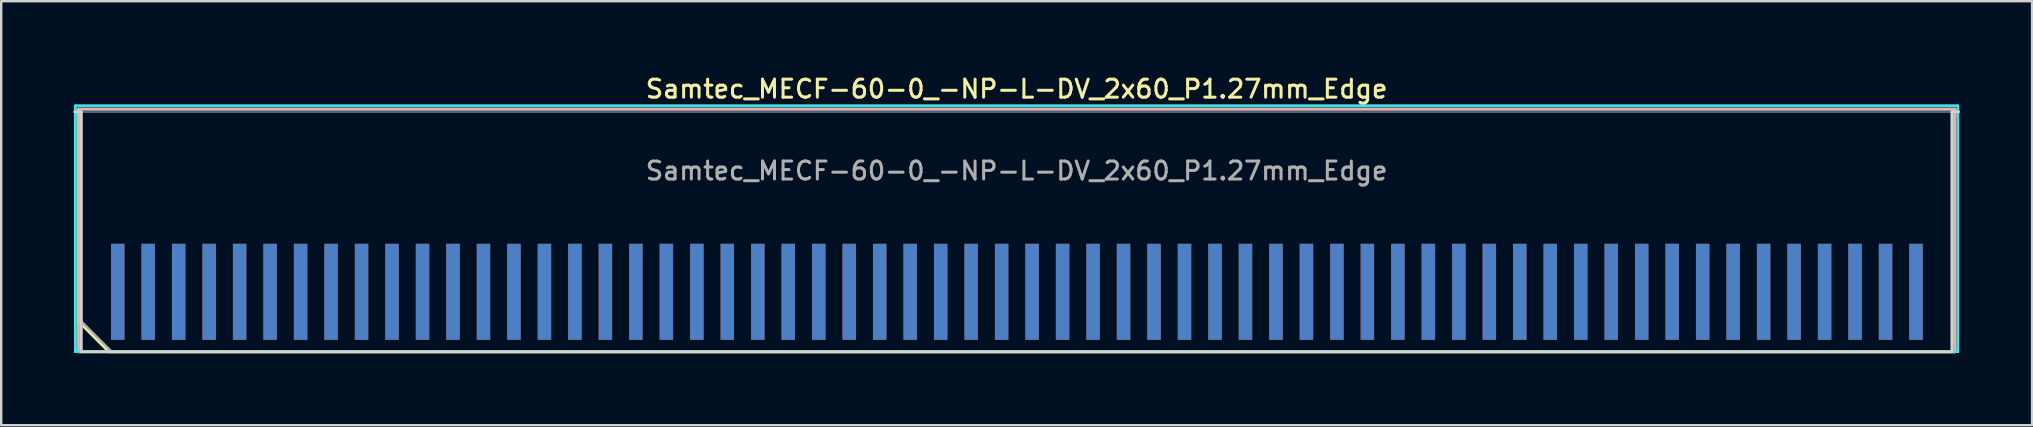
<source format=kicad_pcb>
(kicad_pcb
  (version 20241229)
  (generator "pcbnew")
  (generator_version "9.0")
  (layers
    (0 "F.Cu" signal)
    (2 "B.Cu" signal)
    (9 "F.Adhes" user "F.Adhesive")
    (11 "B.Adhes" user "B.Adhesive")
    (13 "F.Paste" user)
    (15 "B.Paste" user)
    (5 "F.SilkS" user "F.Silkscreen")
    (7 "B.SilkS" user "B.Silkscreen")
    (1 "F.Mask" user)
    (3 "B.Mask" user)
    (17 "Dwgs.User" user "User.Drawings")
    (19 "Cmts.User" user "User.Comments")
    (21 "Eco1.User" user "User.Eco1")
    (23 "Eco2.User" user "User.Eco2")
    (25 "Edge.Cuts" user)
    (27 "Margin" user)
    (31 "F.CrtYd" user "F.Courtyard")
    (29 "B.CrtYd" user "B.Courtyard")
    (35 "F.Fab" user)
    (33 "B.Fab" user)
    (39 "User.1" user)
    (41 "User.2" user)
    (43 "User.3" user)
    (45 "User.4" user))
  (footprint "Samtec_MECF-60-0_-NP-L-DV_2x60_P1.27mm_Edge"
    (layer "F.Cu")
    (at 39.31 6.608)
    (property "Reference" "Samtec_MECF-60-0_-NP-L-DV_2x60_P1.27mm_Edge" (at 0 -5.95 0) (layer "F.SilkS") (effects (font (size 0.75 0.75) (thickness 0.125))))
    (attr exclude_from_pos_files exclude_from_bom)
    (fp_line (start -39.22 -5.25) (end -39.22 5) (stroke (width 0.1) (type solid)) (layer "F.SilkS"))
    (fp_line (start -39.22 5) (end 39.22 5) (stroke (width 0.1) (type solid)) (layer "F.SilkS"))
    (fp_line (start -39.09 -5.11) (end 39.09 -5.11) (stroke (width 0.12) (type solid)) (layer "F.SilkS"))
    (fp_line (start -39.09 3.73) (end -39.09 -5.11) (stroke (width 0.12) (type solid)) (layer "F.SilkS"))
    (fp_line (start -37.82 5) (end -39.09 3.73) (stroke (width 0.12) (type solid)) (layer "F.SilkS"))
    (fp_line (start -37.82 5) (end 39.09 5) (stroke (width 0.12) (type solid)) (layer "F.SilkS"))
    (fp_line (start 39.09 5) (end 39.09 -5.11) (stroke (width 0.12) (type solid)) (layer "F.SilkS"))
    (fp_line (start 39.22 -5.25) (end -39.22 -5.25) (stroke (width 0.1) (type solid)) (layer "F.SilkS"))
    (fp_line (start 39.22 5) (end 39.22 -5.25) (stroke (width 0.1) (type solid)) (layer "F.SilkS"))
    (fp_line (start -39.09 -5.11) (end 39.09 -5.11) (stroke (width 0.12) (type solid)) (layer "B.SilkS"))
    (fp_line (start -39.09 5) (end -39.09 -5.11) (stroke (width 0.12) (type solid)) (layer "B.SilkS"))
    (fp_line (start -39.09 5) (end 39.09 5) (stroke (width 0.12) (type solid)) (layer "B.SilkS"))
    (fp_line (start 39.09 5) (end 39.09 -5.11) (stroke (width 0.12) (type solid)) (layer "B.SilkS"))
    (fp_line (start -39.25 -5) (end -38.975 -5) (stroke (width 0.12) (type solid)) (layer "Edge.Cuts"))
    (fp_line (start -38.975 5) (end -38.975 -5) (stroke (width 0.12) (type solid)) (layer "Edge.Cuts"))
    (fp_line (start -38.975 5) (end 38.975 5) (stroke (width 0.12) (type solid)) (layer "Edge.Cuts"))
    (fp_line (start 38.975 5) (end 38.975 -5) (stroke (width 0.12) (type solid)) (layer "Edge.Cuts"))
    (fp_line (start 39.25 -5) (end 38.975 -5) (stroke (width 0.12) (type solid)) (layer "Edge.Cuts"))
    (fp_line (start -39.22 -5.25) (end -39.22 5) (stroke (width 0.1) (type solid)) (layer "B.CrtYd"))
    (fp_line (start -39.22 5) (end 39.22 5) (stroke (width 0.1) (type solid)) (layer "B.CrtYd"))
    (fp_line (start 39.22 -5.25) (end -39.22 -5.25) (stroke (width 0.1) (type solid)) (layer "B.CrtYd"))
    (fp_line (start 39.22 5) (end 39.22 -5.25) (stroke (width 0.1) (type solid)) (layer "B.CrtYd"))
    (fp_line (start -38.975 -5) (end 38.975 -5) (stroke (width 0.1) (type solid)) (layer "B.Fab"))
    (fp_line (start -38.975 5) (end -38.975 -5) (stroke (width 0.1) (type solid)) (layer "B.Fab"))
    (fp_line (start -38.975 5) (end 38.975 5) (stroke (width 0.1) (type solid)) (layer "B.Fab"))
    (fp_line (start 38.975 5) (end 38.975 -5) (stroke (width 0.1) (type solid)) (layer "B.Fab"))
    (fp_line (start -38.975 -5) (end 38.975 -5) (stroke (width 0.1) (type solid)) (layer "F.Fab"))
    (fp_line (start -38.975 3.73) (end -38.975 -5) (stroke (width 0.1) (type solid)) (layer "F.Fab"))
    (fp_line (start -38.975 3.73) (end -37.705 5) (stroke (width 0.1) (type solid)) (layer "F.Fab"))
    (fp_line (start -37.705 5) (end 38.975 5) (stroke (width 0.1) (type solid)) (layer "F.Fab"))
    (fp_line (start 38.975 5) (end 38.975 -5) (stroke (width 0.1) (type solid)) (layer "F.Fab"))
    (fp_text user "${REFERENCE}" (at 0 -2.54 0) (layer "F.Fab") (effects (font (size 0.75 0.75) (thickness 0.125))))
    (pad "1" connect rect (at -37.455 2.5) (size 0.56 4) (layers "F.Cu" "F.Mask"))
    (pad "2" connect rect (at -37.455 2.5) (size 0.56 4) (layers "B.Cu" "B.Mask"))
    (pad "3" connect rect (at -36.185 2.5) (size 0.56 4) (layers "F.Cu" "F.Mask"))
    (pad "4" connect rect (at -36.185 2.5) (size 0.56 4) (layers "B.Cu" "B.Mask"))
    (pad "5" connect rect (at -34.915 2.5) (size 0.56 4) (layers "F.Cu" "F.Mask"))
    (pad "6" connect rect (at -34.915 2.5) (size 0.56 4) (layers "B.Cu" "B.Mask"))
    (pad "7" connect rect (at -33.645 2.5) (size 0.56 4) (layers "F.Cu" "F.Mask"))
    (pad "8" connect rect (at -33.645 2.5) (size 0.56 4) (layers "B.Cu" "B.Mask"))
    (pad "9" connect rect (at -32.375 2.5) (size 0.56 4) (layers "F.Cu" "F.Mask"))
    (pad "10" connect rect (at -32.375 2.5) (size 0.56 4) (layers "B.Cu" "B.Mask"))
    (pad "11" connect rect (at -31.105 2.5) (size 0.56 4) (layers "F.Cu" "F.Mask"))
    (pad "12" connect rect (at -31.105 2.5) (size 0.56 4) (layers "B.Cu" "B.Mask"))
    (pad "13" connect rect (at -29.835 2.5) (size 0.56 4) (layers "F.Cu" "F.Mask"))
    (pad "14" connect rect (at -29.835 2.5) (size 0.56 4) (layers "B.Cu" "B.Mask"))
    (pad "15" connect rect (at -28.565 2.5) (size 0.56 4) (layers "F.Cu" "F.Mask"))
    (pad "16" connect rect (at -28.565 2.5) (size 0.56 4) (layers "B.Cu" "B.Mask"))
    (pad "17" connect rect (at -27.295 2.5) (size 0.56 4) (layers "F.Cu" "F.Mask"))
    (pad "18" connect rect (at -27.295 2.5) (size 0.56 4) (layers "B.Cu" "B.Mask"))
    (pad "19" connect rect (at -26.025 2.5) (size 0.56 4) (layers "F.Cu" "F.Mask"))
    (pad "20" connect rect (at -26.025 2.5) (size 0.56 4) (layers "B.Cu" "B.Mask"))
    (pad "21" connect rect (at -24.755 2.5) (size 0.56 4) (layers "F.Cu" "F.Mask"))
    (pad "22" connect rect (at -24.755 2.5) (size 0.56 4) (layers "B.Cu" "B.Mask"))
    (pad "23" connect rect (at -23.485 2.5) (size 0.56 4) (layers "F.Cu" "F.Mask"))
    (pad "24" connect rect (at -23.485 2.5) (size 0.56 4) (layers "B.Cu" "B.Mask"))
    (pad "25" connect rect (at -22.215 2.5) (size 0.56 4) (layers "F.Cu" "F.Mask"))
    (pad "26" connect rect (at -22.215 2.5) (size 0.56 4) (layers "B.Cu" "B.Mask"))
    (pad "27" connect rect (at -20.945 2.5) (size 0.56 4) (layers "F.Cu" "F.Mask"))
    (pad "28" connect rect (at -20.945 2.5) (size 0.56 4) (layers "B.Cu" "B.Mask"))
    (pad "29" connect rect (at -19.675 2.5) (size 0.56 4) (layers "F.Cu" "F.Mask"))
    (pad "30" connect rect (at -19.675 2.5) (size 0.56 4) (layers "B.Cu" "B.Mask"))
    (pad "31" connect rect (at -18.405 2.5) (size 0.56 4) (layers "F.Cu" "F.Mask"))
    (pad "32" connect rect (at -18.405 2.5) (size 0.56 4) (layers "B.Cu" "B.Mask"))
    (pad "33" connect rect (at -17.135 2.5) (size 0.56 4) (layers "F.Cu" "F.Mask"))
    (pad "34" connect rect (at -17.135 2.5) (size 0.56 4) (layers "B.Cu" "B.Mask"))
    (pad "35" connect rect (at -15.865 2.5) (size 0.56 4) (layers "F.Cu" "F.Mask"))
    (pad "36" connect rect (at -15.865 2.5) (size 0.56 4) (layers "B.Cu" "B.Mask"))
    (pad "37" connect rect (at -14.595 2.5) (size 0.56 4) (layers "F.Cu" "F.Mask"))
    (pad "38" connect rect (at -14.595 2.5) (size 0.56 4) (layers "B.Cu" "B.Mask"))
    (pad "39" connect rect (at -13.325 2.5) (size 0.56 4) (layers "F.Cu" "F.Mask"))
    (pad "40" connect rect (at -13.325 2.5) (size 0.56 4) (layers "B.Cu" "B.Mask"))
    (pad "41" connect rect (at -12.055 2.5) (size 0.56 4) (layers "F.Cu" "F.Mask"))
    (pad "42" connect rect (at -12.055 2.5) (size 0.56 4) (layers "B.Cu" "B.Mask"))
    (pad "43" connect rect (at -10.785 2.5) (size 0.56 4) (layers "F.Cu" "F.Mask"))
    (pad "44" connect rect (at -10.785 2.5) (size 0.56 4) (layers "B.Cu" "B.Mask"))
    (pad "45" connect rect (at -9.515 2.5) (size 0.56 4) (layers "F.Cu" "F.Mask"))
    (pad "46" connect rect (at -9.515 2.5) (size 0.56 4) (layers "B.Cu" "B.Mask"))
    (pad "47" connect rect (at -8.245 2.5) (size 0.56 4) (layers "F.Cu" "F.Mask"))
    (pad "48" connect rect (at -8.245 2.5) (size 0.56 4) (layers "B.Cu" "B.Mask"))
    (pad "49" connect rect (at -6.975 2.5) (size 0.56 4) (layers "F.Cu" "F.Mask"))
    (pad "50" connect rect (at -6.975 2.5) (size 0.56 4) (layers "B.Cu" "B.Mask"))
    (pad "51" connect rect (at -5.705 2.5) (size 0.56 4) (layers "F.Cu" "F.Mask"))
    (pad "52" connect rect (at -5.705 2.5) (size 0.56 4) (layers "B.Cu" "B.Mask"))
    (pad "53" connect rect (at -4.435 2.5) (size 0.56 4) (layers "F.Cu" "F.Mask"))
    (pad "54" connect rect (at -4.435 2.5) (size 0.56 4) (layers "B.Cu" "B.Mask"))
    (pad "55" connect rect (at -3.165 2.5) (size 0.56 4) (layers "F.Cu" "F.Mask"))
    (pad "56" connect rect (at -3.165 2.5) (size 0.56 4) (layers "B.Cu" "B.Mask"))
    (pad "57" connect rect (at -1.895 2.5) (size 0.56 4) (layers "F.Cu" "F.Mask"))
    (pad "58" connect rect (at -1.895 2.5) (size 0.56 4) (layers "B.Cu" "B.Mask"))
    (pad "59" connect rect (at -0.625 2.5) (size 0.56 4) (layers "F.Cu" "F.Mask"))
    (pad "60" connect rect (at -0.625 2.5) (size 0.56 4) (layers "B.Cu" "B.Mask"))
    (pad "61" connect rect (at 0.645 2.5) (size 0.56 4) (layers "F.Cu" "F.Mask"))
    (pad "62" connect rect (at 0.645 2.5) (size 0.56 4) (layers "B.Cu" "B.Mask"))
    (pad "63" connect rect (at 1.915 2.5) (size 0.56 4) (layers "F.Cu" "F.Mask"))
    (pad "64" connect rect (at 1.915 2.5) (size 0.56 4) (layers "B.Cu" "B.Mask"))
    (pad "65" connect rect (at 3.185 2.5) (size 0.56 4) (layers "F.Cu" "F.Mask"))
    (pad "66" connect rect (at 3.185 2.5) (size 0.56 4) (layers "B.Cu" "B.Mask"))
    (pad "67" connect rect (at 4.455 2.5) (size 0.56 4) (layers "F.Cu" "F.Mask"))
    (pad "68" connect rect (at 4.455 2.5) (size 0.56 4) (layers "B.Cu" "B.Mask"))
    (pad "69" connect rect (at 5.725 2.5) (size 0.56 4) (layers "F.Cu" "F.Mask"))
    (pad "70" connect rect (at 5.725 2.5) (size 0.56 4) (layers "B.Cu" "B.Mask"))
    (pad "71" connect rect (at 6.995 2.5) (size 0.56 4) (layers "F.Cu" "F.Mask"))
    (pad "72" connect rect (at 6.995 2.5) (size 0.56 4) (layers "B.Cu" "B.Mask"))
    (pad "73" connect rect (at 8.265 2.5) (size 0.56 4) (layers "F.Cu" "F.Mask"))
    (pad "74" connect rect (at 8.265 2.5) (size 0.56 4) (layers "B.Cu" "B.Mask"))
    (pad "75" connect rect (at 9.535 2.5) (size 0.56 4) (layers "F.Cu" "F.Mask"))
    (pad "76" connect rect (at 9.535 2.5) (size 0.56 4) (layers "B.Cu" "B.Mask"))
    (pad "77" connect rect (at 10.805 2.5) (size 0.56 4) (layers "F.Cu" "F.Mask"))
    (pad "78" connect rect (at 10.805 2.5) (size 0.56 4) (layers "B.Cu" "B.Mask"))
    (pad "79" connect rect (at 12.075 2.5) (size 0.56 4) (layers "F.Cu" "F.Mask"))
    (pad "80" connect rect (at 12.075 2.5) (size 0.56 4) (layers "B.Cu" "B.Mask"))
    (pad "81" connect rect (at 13.345 2.5) (size 0.56 4) (layers "F.Cu" "F.Mask"))
    (pad "82" connect rect (at 13.345 2.5) (size 0.56 4) (layers "B.Cu" "B.Mask"))
    (pad "83" connect rect (at 14.615 2.5) (size 0.56 4) (layers "F.Cu" "F.Mask"))
    (pad "84" connect rect (at 14.615 2.5) (size 0.56 4) (layers "B.Cu" "B.Mask"))
    (pad "85" connect rect (at 15.885 2.5) (size 0.56 4) (layers "F.Cu" "F.Mask"))
    (pad "86" connect rect (at 15.885 2.5) (size 0.56 4) (layers "B.Cu" "B.Mask"))
    (pad "87" connect rect (at 17.155 2.5) (size 0.56 4) (layers "F.Cu" "F.Mask"))
    (pad "88" connect rect (at 17.155 2.5) (size 0.56 4) (layers "B.Cu" "B.Mask"))
    (pad "89" connect rect (at 18.425 2.5) (size 0.56 4) (layers "F.Cu" "F.Mask"))
    (pad "90" connect rect (at 18.425 2.5) (size 0.56 4) (layers "B.Cu" "B.Mask"))
    (pad "91" connect rect (at 19.695 2.5) (size 0.56 4) (layers "F.Cu" "F.Mask"))
    (pad "92" connect rect (at 19.695 2.5) (size 0.56 4) (layers "B.Cu" "B.Mask"))
    (pad "93" connect rect (at 20.965 2.5) (size 0.56 4) (layers "F.Cu" "F.Mask"))
    (pad "94" connect rect (at 20.965 2.5) (size 0.56 4) (layers "B.Cu" "B.Mask"))
    (pad "95" connect rect (at 22.235 2.5) (size 0.56 4) (layers "F.Cu" "F.Mask"))
    (pad "96" connect rect (at 22.235 2.5) (size 0.56 4) (layers "B.Cu" "B.Mask"))
    (pad "97" connect rect (at 23.505 2.5) (size 0.56 4) (layers "F.Cu" "F.Mask"))
    (pad "98" connect rect (at 23.505 2.5) (size 0.56 4) (layers "B.Cu" "B.Mask"))
    (pad "99" connect rect (at 24.775 2.5) (size 0.56 4) (layers "F.Cu" "F.Mask"))
    (pad "100" connect rect (at 24.775 2.5) (size 0.56 4) (layers "B.Cu" "B.Mask"))
    (pad "101" connect rect (at 26.045 2.5) (size 0.56 4) (layers "F.Cu" "F.Mask"))
    (pad "102" connect rect (at 26.045 2.5) (size 0.56 4) (layers "B.Cu" "B.Mask"))
    (pad "103" connect rect (at 27.315 2.5) (size 0.56 4) (layers "F.Cu" "F.Mask"))
    (pad "104" connect rect (at 27.315 2.5) (size 0.56 4) (layers "B.Cu" "B.Mask"))
    (pad "105" connect rect (at 28.585 2.5) (size 0.56 4) (layers "F.Cu" "F.Mask"))
    (pad "106" connect rect (at 28.585 2.5) (size 0.56 4) (layers "B.Cu" "B.Mask"))
    (pad "107" connect rect (at 29.855 2.5) (size 0.56 4) (layers "F.Cu" "F.Mask"))
    (pad "108" connect rect (at 29.855 2.5) (size 0.56 4) (layers "B.Cu" "B.Mask"))
    (pad "109" connect rect (at 31.125 2.5) (size 0.56 4) (layers "F.Cu" "F.Mask"))
    (pad "110" connect rect (at 31.125 2.5) (size 0.56 4) (layers "B.Cu" "B.Mask"))
    (pad "111" connect rect (at 32.395 2.5) (size 0.56 4) (layers "F.Cu" "F.Mask"))
    (pad "112" connect rect (at 32.395 2.5) (size 0.56 4) (layers "B.Cu" "B.Mask"))
    (pad "113" connect rect (at 33.665 2.5) (size 0.56 4) (layers "F.Cu" "F.Mask"))
    (pad "114" connect rect (at 33.665 2.5) (size 0.56 4) (layers "B.Cu" "B.Mask"))
    (pad "115" connect rect (at 34.935 2.5) (size 0.56 4) (layers "F.Cu" "F.Mask"))
    (pad "116" connect rect (at 34.935 2.5) (size 0.56 4) (layers "B.Cu" "B.Mask"))
    (pad "117" connect rect (at 36.205 2.5) (size 0.56 4) (layers "F.Cu" "F.Mask"))
    (pad "118" connect rect (at 36.205 2.5) (size 0.56 4) (layers "B.Cu" "B.Mask"))
    (pad "119" connect rect (at 37.475 2.5) (size 0.56 4) (layers "F.Cu" "F.Mask"))
    (pad "120" connect rect (at 37.475 2.5) (size 0.56 4) (layers "B.Cu" "B.Mask")))
  (gr_rect
    (start -3 -3)
    (end 81.62 14.668)
    (stroke (width 0.1) (type default))
    (fill no)
    (layer "Edge.Cuts")))
</source>
